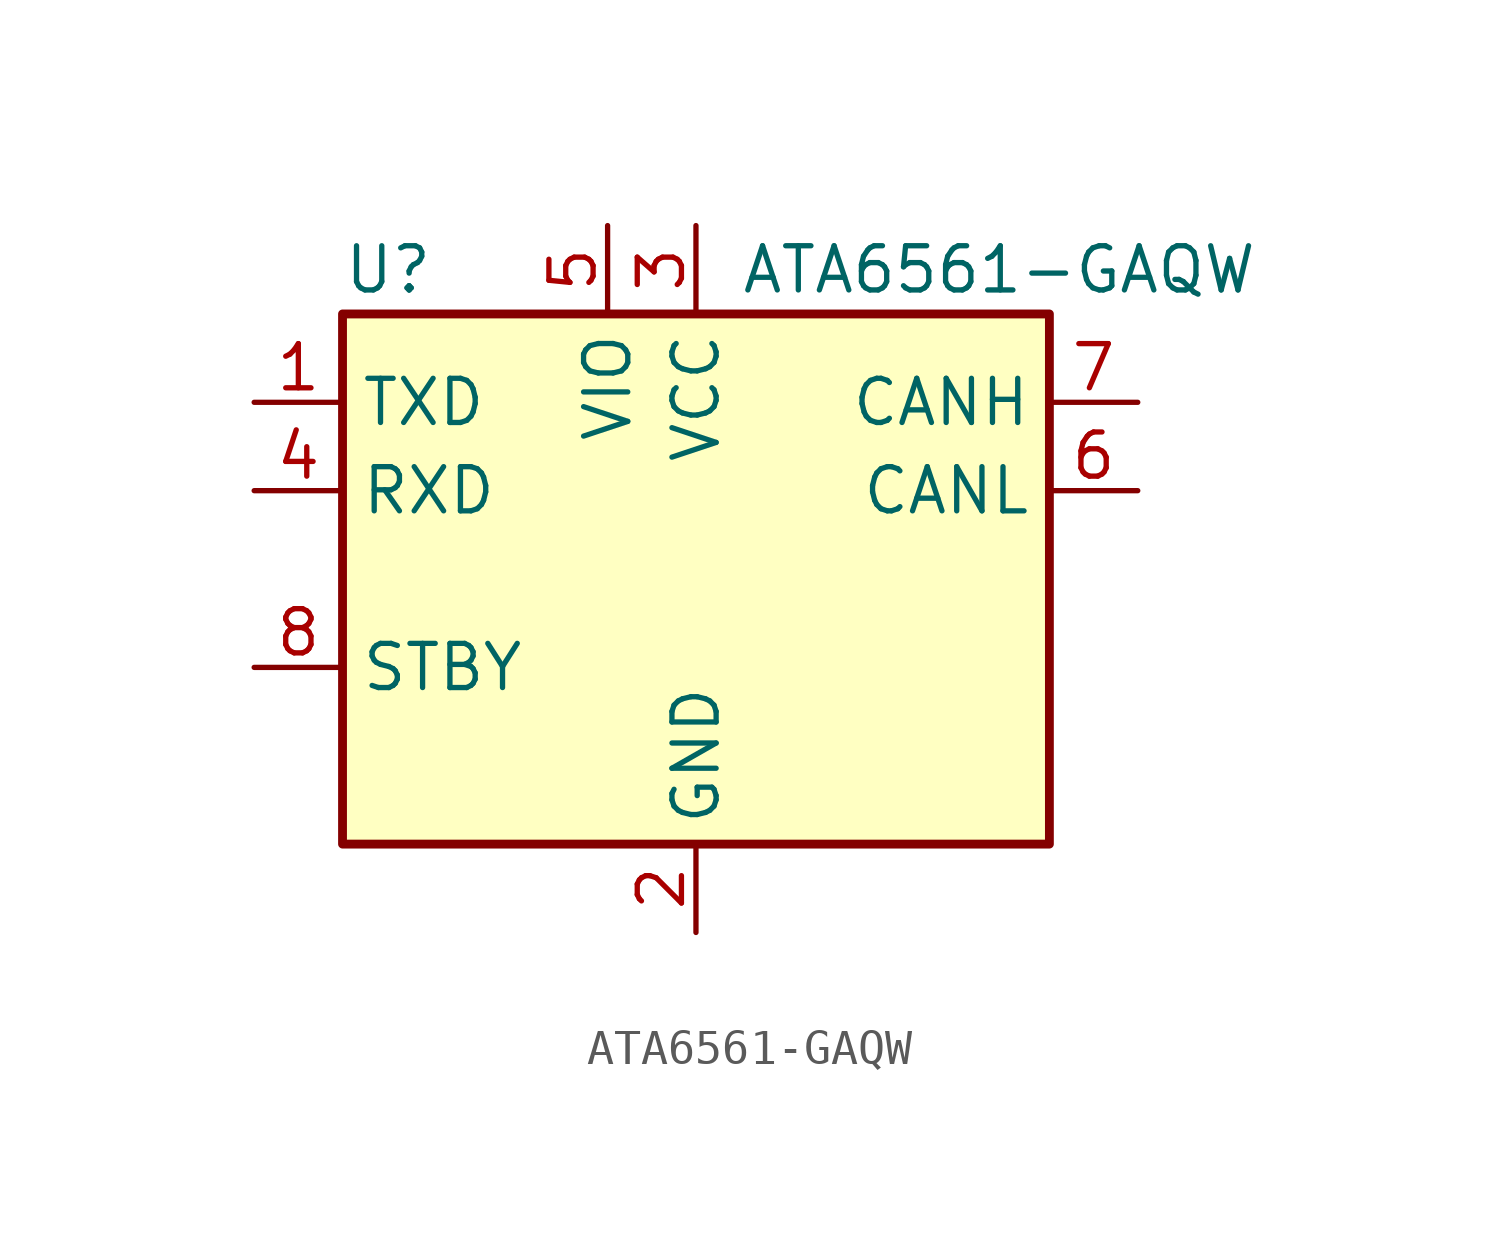
<source format=kicad_sym>
(kicad_symbol_lib
  (version 20231120)
  (generator "kicad_symbol_editor")
  (generator_version "8.0")
  (symbol "ATA6561-GAQW"
    (property "Reference" "U"
      (at -10.16 8.89 0)
      (effects (font (size 1.27 1.27)) (justify left)))
    (property "Value" "ATA6561-GAQW"
      (at 1.27 8.89 0)
      (effects (font (size 1.27 1.27)) (justify left)))
    (symbol "ATA6561-GAQW_0_1"
      (rectangle (start -10.16 7.62) (end 10.16 -7.62) (stroke (width 0.254) (type default)) (fill (type background))))
    (symbol "ATA6561-GAQW_1_1"
      (pin input line (at -12.7 5.08 0) (length 2.54) (name "TXD" (effects (font (size 1.27 1.27)))) (number "1" (effects (font (size 1.27 1.27)))))
      (pin power_in line (at 0 -10.16 90) (length 2.54) (name "GND" (effects (font (size 1.27 1.27)))) (number "2" (effects (font (size 1.27 1.27)))))
      (pin power_in line (at 0 10.16 270) (length 2.54) (name "VCC" (effects (font (size 1.27 1.27)))) (number "3" (effects (font (size 1.27 1.27)))))
      (pin output line (at -12.7 2.54 0) (length 2.54) (name "RXD" (effects (font (size 1.27 1.27)))) (number "4" (effects (font (size 1.27 1.27)))))
      (pin power_in line (at -2.54 10.16 270) (length 2.54) (name "VIO" (effects (font (size 1.27 1.27)))) (number "5" (effects (font (size 1.27 1.27)))))
      (pin bidirectional line (at 12.7 2.54 180) (length 2.54) (name "CANL" (effects (font (size 1.27 1.27)))) (number "6" (effects (font (size 1.27 1.27)))))
      (pin bidirectional line (at 12.7 5.08 180) (length 2.54) (name "CANH" (effects (font (size 1.27 1.27)))) (number "7" (effects (font (size 1.27 1.27)))))
      (pin input line (at -12.7 -2.54 0) (length 2.54) (name "STBY" (effects (font (size 1.27 1.27)))) (number "8" (effects (font (size 1.27 1.27))))))))
</source>
